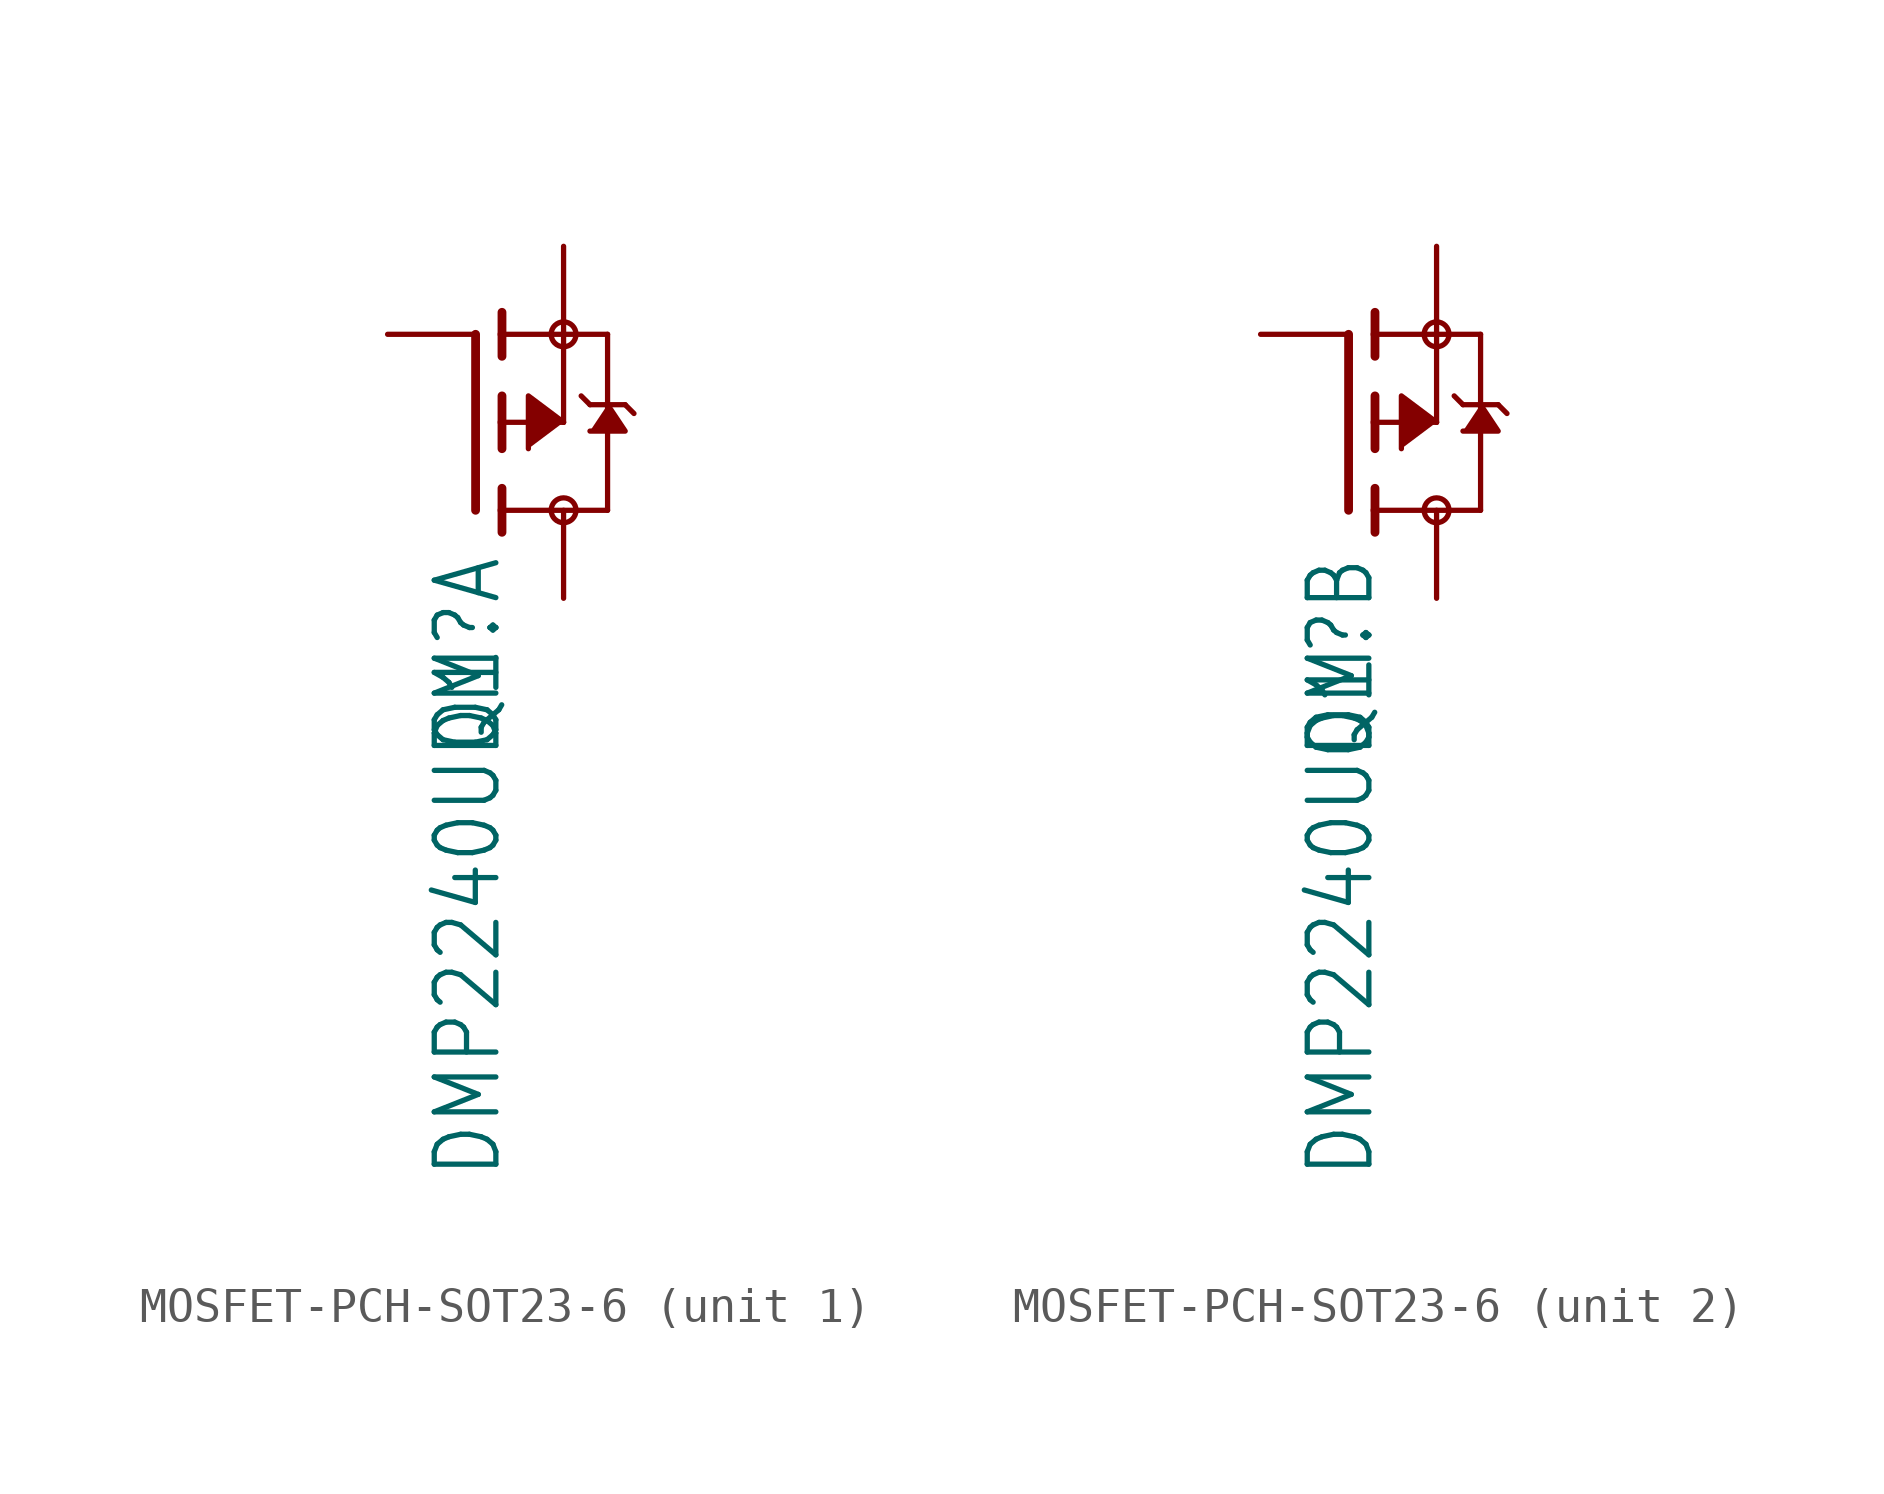
<source format=kicad_sym>
(kicad_symbol_lib
  (version 20211014)
  (generator kicad_symbol_editor)
  (symbol "MOSFET-PCH-SOT23-6"
    (property "Reference" "Q1"
      (at -1.27 -3.81 90)
      (effects (font (size 1.778 1.511)) (justify right top)))
    (property "Value" "DMP2240UDM"
      (at -1.27 -6.35 90)
      (effects (font (size 1.778 1.511)) (justify right top)))
    (property "ki_locked" ""
      (at 0 0 0)
      (effects (font (size 1.27 1.27))))
    (symbol "MOSFET-PCH-SOT23-6_1_0"
      (polyline (pts (xy 0 -2.54) (xy 0 2.54)) (stroke (width 0.254) (type default) (color 0 0 0 0)) (fill (type none)))
      (polyline (pts (xy 0.762 -3.175) (xy 0.762 -2.54)) (stroke (width 0.254) (type default) (color 0 0 0 0)) (fill (type none)))
      (polyline (pts (xy 0.762 -2.54) (xy 0.762 -1.905)) (stroke (width 0.254) (type default) (color 0 0 0 0)) (fill (type none)))
      (polyline (pts (xy 0.762 -2.54) (xy 3.81 -2.54)) (stroke (width 0.152) (type default) (color 0 0 0 0)) (fill (type none)))
      (polyline (pts (xy 0.762 -0.762) (xy 0.762 0)) (stroke (width 0.254) (type default) (color 0 0 0 0)) (fill (type none)))
      (polyline (pts (xy 0.762 0) (xy 0.762 0.762)) (stroke (width 0.254) (type default) (color 0 0 0 0)) (fill (type none)))
      (polyline (pts (xy 0.762 0) (xy 2.54 0)) (stroke (width 0.152) (type default) (color 0 0 0 0)) (fill (type none)))
      (polyline (pts (xy 0.762 1.905) (xy 0.762 2.54)) (stroke (width 0.254) (type default) (color 0 0 0 0)) (fill (type none)))
      (polyline (pts (xy 0.762 2.54) (xy 0.762 3.175)) (stroke (width 0.254) (type default) (color 0 0 0 0)) (fill (type none)))
      (polyline (pts (xy 2.54 0) (xy 2.54 2.54)) (stroke (width 0.152) (type default) (color 0 0 0 0)) (fill (type none)))
      (polyline (pts (xy 2.54 2.54) (xy 0.762 2.54)) (stroke (width 0.152) (type default) (color 0 0 0 0)) (fill (type none)))
      (polyline (pts (xy 2.54 2.54) (xy 3.81 2.54)) (stroke (width 0.152) (type default) (color 0 0 0 0)) (fill (type none)))
      (polyline (pts (xy 3.048 0.762) (xy 3.302 0.508)) (stroke (width 0.152) (type default) (color 0 0 0 0)) (fill (type none)))
      (polyline (pts (xy 3.302 0.508) (xy 3.81 0.508)) (stroke (width 0.152) (type default) (color 0 0 0 0)) (fill (type none)))
      (polyline (pts (xy 3.81 -2.54) (xy 3.81 0.508)) (stroke (width 0.152) (type default) (color 0 0 0 0)) (fill (type none)))
      (polyline (pts (xy 3.81 0.508) (xy 3.81 2.54)) (stroke (width 0.152) (type default) (color 0 0 0 0)) (fill (type none)))
      (polyline (pts (xy 3.81 0.508) (xy 4.318 0.508)) (stroke (width 0.152) (type default) (color 0 0 0 0)) (fill (type none)))
      (polyline (pts (xy 4.318 0.508) (xy 4.572 0.254)) (stroke (width 0.152) (type default) (color 0 0 0 0)) (fill (type none)))
      (polyline (pts (xy 2.54 0) (xy 1.524 0.762) (xy 1.524 -0.762)) (stroke (width 0) (type default) (color 0 0 0 0)) (fill (type outline)))
      (polyline (pts (xy 3.81 0.508) (xy 4.318 -0.254) (xy 3.302 -0.254)) (stroke (width 0) (type default) (color 0 0 0 0)) (fill (type outline)))
      (circle (center 2.54 -2.54) (radius 0.359) (stroke (width 0) (type default) (color 0 0 0 0)) (fill (type none)))
      (circle (center 2.54 2.54) (radius 0.359) (stroke (width 0) (type default) (color 0 0 0 0)) (fill (type none)))
      (pin passive line (at -2.54 2.54 0) (length 2.54) (name "G" (effects (font (size 0 0)))) (number "1" (effects (font (size 0 0)))))
      (pin passive line (at 2.54 5.08 270) (length 2.54) (name "S" (effects (font (size 0 0)))) (number "5" (effects (font (size 0 0)))))
      (pin passive line (at 2.54 -5.08 90) (length 2.54) (name "D" (effects (font (size 0 0)))) (number "6" (effects (font (size 0 0))))))
    (symbol "MOSFET-PCH-SOT23-6_2_0"
      (polyline (pts (xy 0 -2.54) (xy 0 2.54)) (stroke (width 0.254) (type default) (color 0 0 0 0)) (fill (type none)))
      (polyline (pts (xy 0.762 -3.175) (xy 0.762 -2.54)) (stroke (width 0.254) (type default) (color 0 0 0 0)) (fill (type none)))
      (polyline (pts (xy 0.762 -2.54) (xy 0.762 -1.905)) (stroke (width 0.254) (type default) (color 0 0 0 0)) (fill (type none)))
      (polyline (pts (xy 0.762 -2.54) (xy 3.81 -2.54)) (stroke (width 0.152) (type default) (color 0 0 0 0)) (fill (type none)))
      (polyline (pts (xy 0.762 -0.762) (xy 0.762 0)) (stroke (width 0.254) (type default) (color 0 0 0 0)) (fill (type none)))
      (polyline (pts (xy 0.762 0) (xy 0.762 0.762)) (stroke (width 0.254) (type default) (color 0 0 0 0)) (fill (type none)))
      (polyline (pts (xy 0.762 0) (xy 2.54 0)) (stroke (width 0.152) (type default) (color 0 0 0 0)) (fill (type none)))
      (polyline (pts (xy 0.762 1.905) (xy 0.762 2.54)) (stroke (width 0.254) (type default) (color 0 0 0 0)) (fill (type none)))
      (polyline (pts (xy 0.762 2.54) (xy 0.762 3.175)) (stroke (width 0.254) (type default) (color 0 0 0 0)) (fill (type none)))
      (polyline (pts (xy 2.54 0) (xy 2.54 2.54)) (stroke (width 0.152) (type default) (color 0 0 0 0)) (fill (type none)))
      (polyline (pts (xy 2.54 2.54) (xy 0.762 2.54)) (stroke (width 0.152) (type default) (color 0 0 0 0)) (fill (type none)))
      (polyline (pts (xy 2.54 2.54) (xy 3.81 2.54)) (stroke (width 0.152) (type default) (color 0 0 0 0)) (fill (type none)))
      (polyline (pts (xy 3.048 0.762) (xy 3.302 0.508)) (stroke (width 0.152) (type default) (color 0 0 0 0)) (fill (type none)))
      (polyline (pts (xy 3.302 0.508) (xy 3.81 0.508)) (stroke (width 0.152) (type default) (color 0 0 0 0)) (fill (type none)))
      (polyline (pts (xy 3.81 -2.54) (xy 3.81 0.508)) (stroke (width 0.152) (type default) (color 0 0 0 0)) (fill (type none)))
      (polyline (pts (xy 3.81 0.508) (xy 3.81 2.54)) (stroke (width 0.152) (type default) (color 0 0 0 0)) (fill (type none)))
      (polyline (pts (xy 3.81 0.508) (xy 4.318 0.508)) (stroke (width 0.152) (type default) (color 0 0 0 0)) (fill (type none)))
      (polyline (pts (xy 4.318 0.508) (xy 4.572 0.254)) (stroke (width 0.152) (type default) (color 0 0 0 0)) (fill (type none)))
      (polyline (pts (xy 2.54 0) (xy 1.524 0.762) (xy 1.524 -0.762)) (stroke (width 0) (type default) (color 0 0 0 0)) (fill (type outline)))
      (polyline (pts (xy 3.81 0.508) (xy 4.318 -0.254) (xy 3.302 -0.254)) (stroke (width 0) (type default) (color 0 0 0 0)) (fill (type outline)))
      (circle (center 2.54 -2.54) (radius 0.359) (stroke (width 0) (type default) (color 0 0 0 0)) (fill (type none)))
      (circle (center 2.54 2.54) (radius 0.359) (stroke (width 0) (type default) (color 0 0 0 0)) (fill (type none)))
      (pin passive line (at 2.54 5.08 270) (length 2.54) (name "S" (effects (font (size 0 0)))) (number "2" (effects (font (size 0 0)))))
      (pin passive line (at -2.54 2.54 0) (length 2.54) (name "G" (effects (font (size 0 0)))) (number "3" (effects (font (size 0 0)))))
      (pin passive line (at 2.54 -5.08 90) (length 2.54) (name "D" (effects (font (size 0 0)))) (number "4" (effects (font (size 0 0))))))))
</source>
